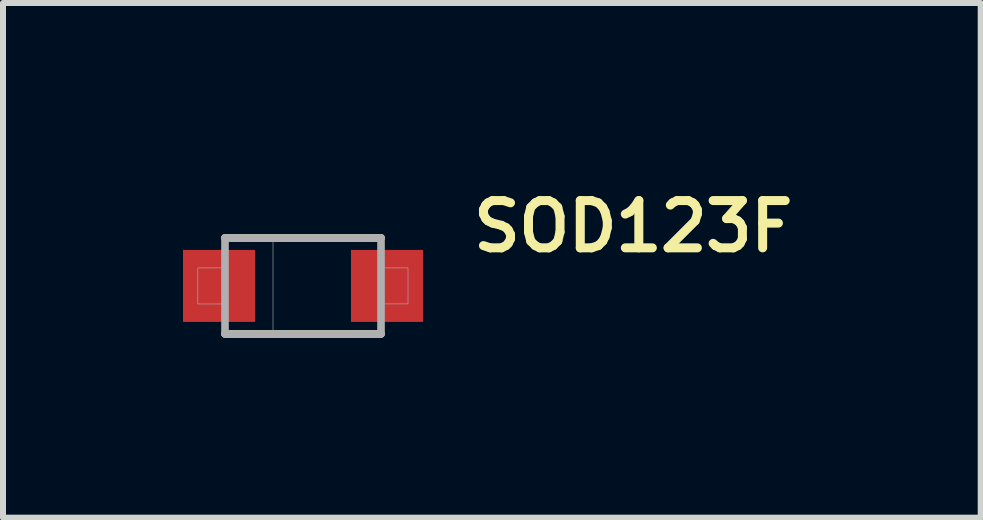
<source format=kicad_pcb>
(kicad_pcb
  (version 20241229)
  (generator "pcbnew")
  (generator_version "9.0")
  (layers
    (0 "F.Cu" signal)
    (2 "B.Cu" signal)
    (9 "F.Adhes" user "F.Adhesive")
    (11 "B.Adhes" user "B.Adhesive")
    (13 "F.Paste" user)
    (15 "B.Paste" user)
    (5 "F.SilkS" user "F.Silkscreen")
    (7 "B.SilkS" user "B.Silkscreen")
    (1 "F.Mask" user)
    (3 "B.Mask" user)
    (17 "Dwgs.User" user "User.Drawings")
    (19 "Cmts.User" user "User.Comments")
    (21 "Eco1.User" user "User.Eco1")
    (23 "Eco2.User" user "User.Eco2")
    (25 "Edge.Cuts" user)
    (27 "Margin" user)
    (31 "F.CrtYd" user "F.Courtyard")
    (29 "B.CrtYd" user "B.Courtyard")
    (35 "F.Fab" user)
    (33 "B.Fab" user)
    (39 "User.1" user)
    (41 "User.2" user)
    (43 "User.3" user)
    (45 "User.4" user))
  (footprint "SOD123F"
    (layer "F.Cu")
    (at 2 1.715)
    (property "Reference" "SOD123F" (at 5.503 -0.991 0) (layer "F.SilkS") (effects (font (size 0.788 0.788) (thickness 0.15))))
    (attr smd)
    (fp_line (start -1.3 -0.8) (end 1.3 -0.8) (stroke (width 0.127) (type solid)) (layer "F.SilkS"))
    (fp_line (start -1.3 0.8) (end 1.3 0.8) (stroke (width 0.127) (type solid)) (layer "F.SilkS"))
    (fp_poly (pts (xy -1.953 -0.55) (xy -0.85 -0.55) (xy -0.85 0.551) (xy -1.953 0.551)) (stroke (width 0.01) (type solid)) (fill yes) (layer "F.Paste"))
    (fp_poly (pts (xy 0.851 -0.55) (xy 1.95 -0.55) (xy 1.95 0.551) (xy 0.851 0.551)) (stroke (width 0.01) (type solid)) (fill yes) (layer "F.Paste"))
    (fp_line (start -1.3 -0.8) (end 1.3 -0.8) (stroke (width 0.127) (type solid)) (layer "F.Fab"))
    (fp_line (start -1.3 0.8) (end -1.3 -0.8) (stroke (width 0.127) (type solid)) (layer "F.Fab"))
    (fp_line (start 1.3 -0.8) (end 1.3 0.8) (stroke (width 0.127) (type solid)) (layer "F.Fab"))
    (fp_line (start 1.3 0.8) (end -1.3 0.8) (stroke (width 0.127) (type solid)) (layer "F.Fab"))
    (fp_poly (pts (xy -1.3 -0.8) (xy -0.5 -0.8) (xy -0.5 0.8) (xy -1.3 0.8)) (stroke (width 0.01) (type solid)) (fill no) (layer "F.Fab"))
    (fp_poly (pts (xy -1.3 0.301) (xy -1.753 0.301) (xy -1.753 -0.3) (xy -1.3 -0.3)) (stroke (width 0.01) (type solid)) (fill no) (layer "F.Fab"))
    (fp_poly (pts (xy 1.3 -0.3) (xy 1.75 -0.3) (xy 1.75 0.3) (xy 1.3 0.3)) (stroke (width 0.01) (type solid)) (fill no) (layer "F.Fab"))
    (pad "1" smd rect (at -1.4 0) (size 1.2 1.2) (layers "F.Cu" "F.Mask"))
    (pad "2" smd rect (at 1.4 0) (size 1.2 1.2) (layers "F.Cu" "F.Mask")))
  (gr_rect
    (start -3 -3)
    (end 13.295 5.578)
    (stroke (width 0.1) (type default))
    (fill no)
    (layer "Edge.Cuts")))
</source>
